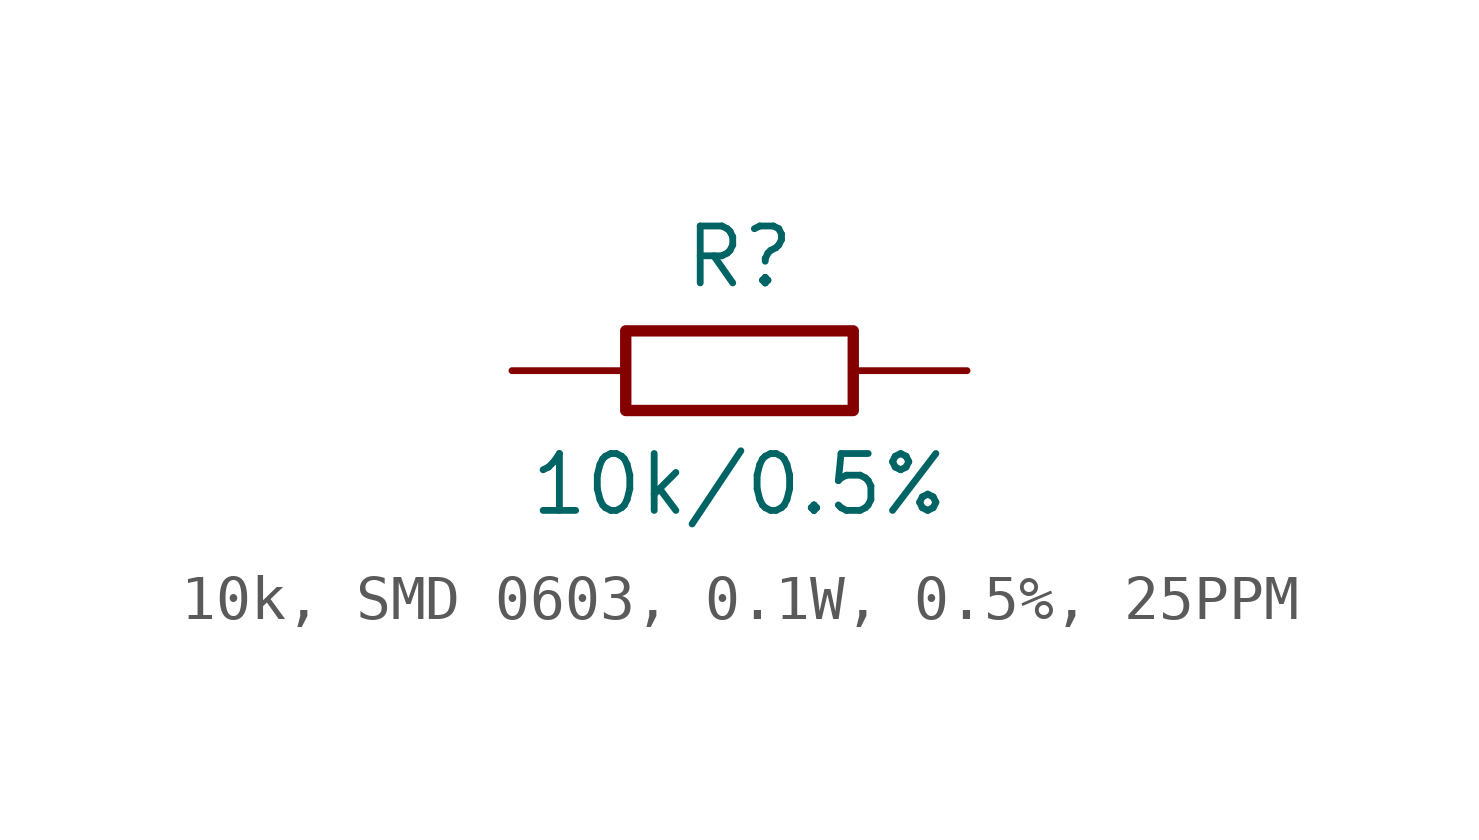
<source format=kicad_sym>
(kicad_symbol_lib
  (version 20220914)
  (generator kicad_symbol_editor)
  (symbol "10k, SMD 0603, 0.1W, 0.5%, 25PPM"
    (pin_numbers hide)
    (pin_names
      (offset 0) hide)
    (property "Reference" "R"
      (at 0 2.54 0)
      (effects (font (size 1.27 1.27))))
    (property "Value" "10k/0.5%"
      (at 0 -2.54 0)
      (effects (font (size 1.27 1.27))))
    (symbol "10k, SMD 0603, 0.1W, 0.5%, 25PPM_0_1"
      (rectangle (start -2.54 0.889) (end 2.54 -0.889) (stroke (width 0.254) (type default)) (fill (type none))))
    (symbol "10k, SMD 0603, 0.1W, 0.5%, 25PPM_1_1"
      (pin passive line (at -5.08 0 0) (length 2.54) (name "1" (effects (font (size 1.27 1.27)))) (number "1" (effects (font (size 1.27 1.27)))))
      (pin passive line (at 5.08 0 180) (length 2.54) (name "2" (effects (font (size 1.27 1.27)))) (number "2" (effects (font (size 1.27 1.27))))))))
</source>
